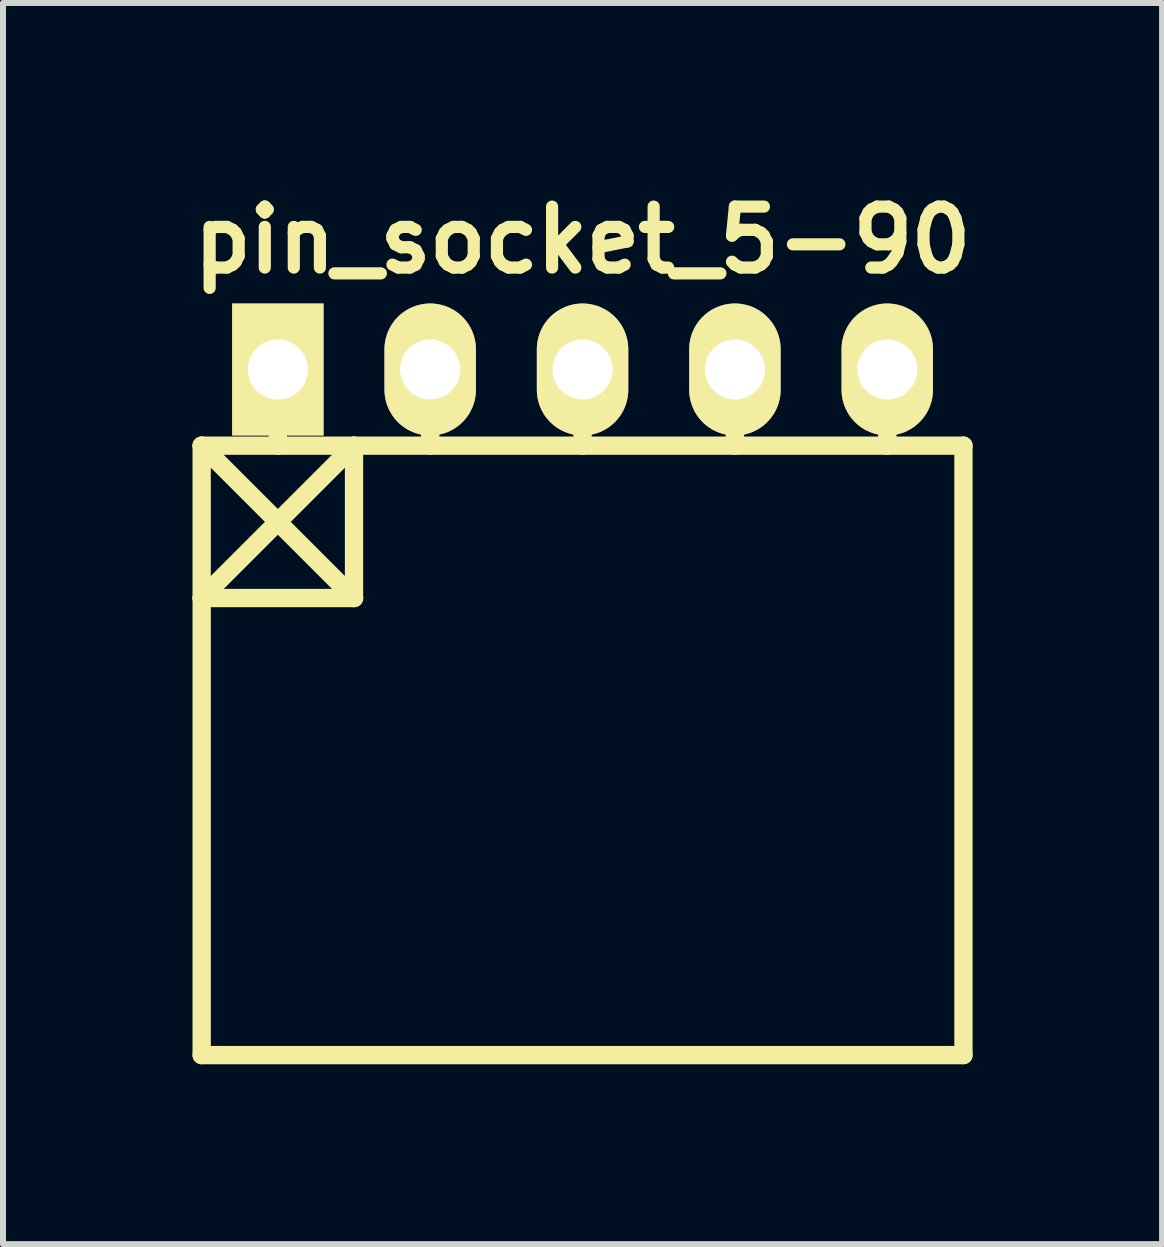
<source format=kicad_pcb>
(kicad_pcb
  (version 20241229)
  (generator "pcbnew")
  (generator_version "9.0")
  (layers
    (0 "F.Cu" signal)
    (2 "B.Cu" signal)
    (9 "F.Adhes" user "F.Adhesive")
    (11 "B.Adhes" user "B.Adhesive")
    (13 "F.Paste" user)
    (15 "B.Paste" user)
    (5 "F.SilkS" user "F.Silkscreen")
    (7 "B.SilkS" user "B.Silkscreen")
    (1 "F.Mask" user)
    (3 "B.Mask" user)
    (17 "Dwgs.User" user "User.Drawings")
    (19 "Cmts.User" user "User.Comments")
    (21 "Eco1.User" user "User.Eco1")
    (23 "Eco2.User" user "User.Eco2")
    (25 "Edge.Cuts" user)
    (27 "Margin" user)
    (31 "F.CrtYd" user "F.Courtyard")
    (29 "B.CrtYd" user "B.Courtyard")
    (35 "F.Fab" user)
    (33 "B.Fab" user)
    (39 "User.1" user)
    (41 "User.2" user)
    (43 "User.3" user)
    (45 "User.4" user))
  (footprint "pin_socket_5-90"
    (layer "F.Cu")
    (at 6.662 3.11)
    (property "Reference" "pin_socket_5-90" (at 0 -2.159 0) (layer "F.SilkS") (effects (font (size 1.016 1.016) (thickness 0.203))))
    (attr through_hole)
    (fp_line (start -6.35 1.27) (end -3.81 3.81) (stroke (width 0.305) (type solid)) (layer "F.SilkS"))
    (fp_line (start -6.35 1.27) (end 6.35 1.27) (stroke (width 0.305) (type solid)) (layer "F.SilkS"))
    (fp_line (start -6.35 3.81) (end -3.81 3.81) (stroke (width 0.305) (type solid)) (layer "F.SilkS"))
    (fp_line (start -6.35 11.43) (end -6.35 1.27) (stroke (width 0.305) (type solid)) (layer "F.SilkS"))
    (fp_line (start -5.08 0) (end -5.08 1.27) (stroke (width 0.305) (type solid)) (layer "F.SilkS"))
    (fp_line (start -3.81 1.27) (end -6.35 3.81) (stroke (width 0.305) (type solid)) (layer "F.SilkS"))
    (fp_line (start -3.81 1.27) (end -3.81 3.81) (stroke (width 0.305) (type solid)) (layer "F.SilkS"))
    (fp_line (start -2.54 0) (end -2.54 1.27) (stroke (width 0.305) (type solid)) (layer "F.SilkS"))
    (fp_line (start 0 1.27) (end 0 0) (stroke (width 0.305) (type solid)) (layer "F.SilkS"))
    (fp_line (start 2.54 0) (end 2.54 1.27) (stroke (width 0.305) (type solid)) (layer "F.SilkS"))
    (fp_line (start 5.08 0) (end 5.08 1.27) (stroke (width 0.305) (type solid)) (layer "F.SilkS"))
    (fp_line (start 6.35 1.27) (end 6.35 11.43) (stroke (width 0.305) (type solid)) (layer "F.SilkS"))
    (fp_line (start 6.35 11.43) (end -6.35 11.43) (stroke (width 0.305) (type solid)) (layer "F.SilkS"))
    (pad "1" thru_hole rect (at -5.08 0) (size 1.524 2.2) (drill 1.001) (layers "*.Cu" "*.Mask" "F.SilkS"))
    (pad "2" thru_hole oval (at -2.54 0) (size 1.524 2.2) (drill 1.001) (layers "*.Cu" "*.Mask" "F.SilkS"))
    (pad "3" thru_hole oval (at 0 0) (size 1.524 2.2) (drill 1.001) (layers "*.Cu" "*.Mask" "F.SilkS"))
    (pad "4" thru_hole oval (at 2.54 0) (size 1.524 2.2) (drill 1.001) (layers "*.Cu" "*.Mask" "F.SilkS"))
    (pad "5" thru_hole oval (at 5.08 0) (size 1.524 2.2) (drill 1.001) (layers "*.Cu" "*.Mask" "F.SilkS")))
  (gr_rect
    (start -3 -3)
    (end 16.324 17.692)
    (stroke (width 0.1) (type default))
    (fill no)
    (layer "Edge.Cuts")))
</source>
